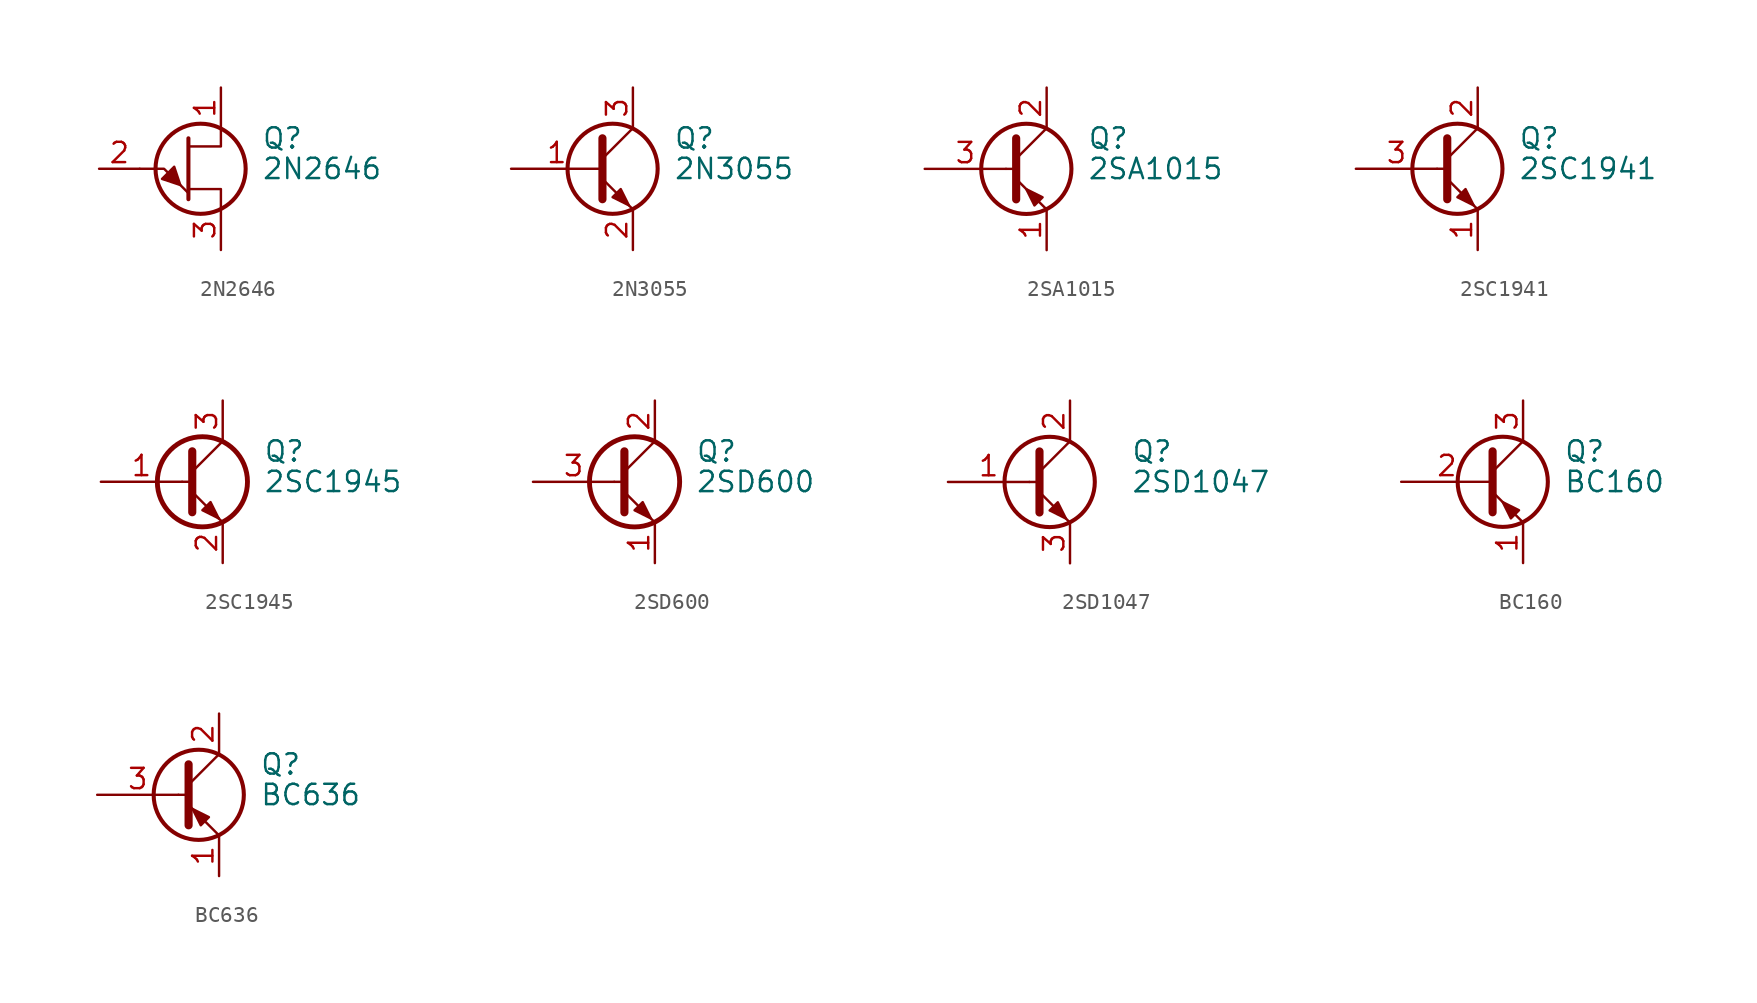
<source format=kicad_sym>
(kicad_symbol_lib
  (version 20211014)
  (generator kicad_symbol_editor)
  (symbol "2N2646"
    (pin_names
      (offset 0) hide)
    (property "Reference" "Q"
      (at 5.08 1.905 0)
      (effects (font (size 1.27 1.27)) (justify left)))
    (property "Value" "2N2646"
      (at 5.08 0 0)
      (effects (font (size 1.27 1.27)) (justify left)))
    (symbol "2N2646_0_1"
      (polyline (pts (xy -2.54 0) (xy -1.016 0) (xy 0.508 -1.524)) (stroke (width 0) (type default) (color 0 0 0 0)) (fill (type none)))
      (polyline (pts (xy 0.508 1.905) (xy 0.508 -1.905) (xy 0.508 -1.905)) (stroke (width 0.254) (type default) (color 0 0 0 0)) (fill (type none)))
      (polyline (pts (xy 2.54 -2.54) (xy 2.54 -1.27) (xy 0.508 -1.27)) (stroke (width 0) (type default) (color 0 0 0 0)) (fill (type none)))
      (polyline (pts (xy 2.54 2.54) (xy 2.54 1.397) (xy 0.508 1.397)) (stroke (width 0) (type default) (color 0 0 0 0)) (fill (type none)))
      (polyline (pts (xy 0 -1.016) (xy -0.381 0.127) (xy -1.143 -0.635) (xy 0 -1.016)) (stroke (width 0) (type default) (color 0 0 0 0)) (fill (type outline)))
      (circle (center 1.27 0) (radius 2.819) (stroke (width 0.254) (type default) (color 0 0 0 0)) (fill (type none))))
    (symbol "2N2646_1_1"
      (pin passive line (at 2.54 5.08 270) (length 2.54) (name "B2" (effects (font (size 1.27 1.27)))) (number "1" (effects (font (size 1.27 1.27)))))
      (pin input line (at -5.08 0 0) (length 2.54) (name "E" (effects (font (size 1.27 1.27)))) (number "2" (effects (font (size 1.27 1.27)))))
      (pin passive line (at 2.54 -5.08 90) (length 2.54) (name "B1" (effects (font (size 1.27 1.27)))) (number "3" (effects (font (size 1.27 1.27)))))))
  (symbol "2N3055"
    (pin_names
      (offset 0) hide)
    (property "Reference" "Q"
      (at 5.08 1.905 0)
      (effects (font (size 1.27 1.27)) (justify left)))
    (property "Value" "2N3055"
      (at 5.08 0 0)
      (effects (font (size 1.27 1.27)) (justify left)))
    (symbol "2N3055_0_1"
      (polyline (pts (xy 0.635 0.635) (xy 2.54 2.54)) (stroke (width 0) (type default) (color 0 0 0 0)) (fill (type none)))
      (polyline (pts (xy 0.635 -0.635) (xy 2.54 -2.54) (xy 2.54 -2.54)) (stroke (width 0) (type default) (color 0 0 0 0)) (fill (type none)))
      (polyline (pts (xy 0.635 1.905) (xy 0.635 -1.905) (xy 0.635 -1.905)) (stroke (width 0.508) (type default) (color 0 0 0 0)) (fill (type none)))
      (polyline (pts (xy 1.27 -1.778) (xy 1.778 -1.27) (xy 2.286 -2.286) (xy 1.27 -1.778) (xy 1.27 -1.778)) (stroke (width 0) (type default) (color 0 0 0 0)) (fill (type outline)))
      (circle (center 1.27 0) (radius 2.819) (stroke (width 0.254) (type default) (color 0 0 0 0)) (fill (type none))))
    (symbol "2N3055_1_1"
      (pin input line (at -5.08 0 0) (length 5.715) (name "B" (effects (font (size 1.27 1.27)))) (number "1" (effects (font (size 1.27 1.27)))))
      (pin passive line (at 2.54 -5.08 90) (length 2.54) (name "E" (effects (font (size 1.27 1.27)))) (number "2" (effects (font (size 1.27 1.27)))))
      (pin passive line (at 2.54 5.08 270) (length 2.54) (name "C" (effects (font (size 1.27 1.27)))) (number "3" (effects (font (size 1.27 1.27)))))))
  (symbol "2SA1015"
    (pin_names
      (offset 0) hide)
    (property "Reference" "Q"
      (at 5.08 1.905 0)
      (effects (font (size 1.27 1.27)) (justify left)))
    (property "Value" "2SA1015"
      (at 5.08 0 0)
      (effects (font (size 1.27 1.27)) (justify left)))
    (symbol "2SA1015_0_1"
      (polyline (pts (xy 0 0) (xy 0.635 0)) (stroke (width 0) (type default) (color 0 0 0 0)) (fill (type none)))
      (polyline (pts (xy 2.54 -2.54) (xy 0.635 -0.635)) (stroke (width 0) (type default) (color 0 0 0 0)) (fill (type none)))
      (polyline (pts (xy 2.54 2.54) (xy 0.635 0.635)) (stroke (width 0) (type default) (color 0 0 0 0)) (fill (type none)))
      (polyline (pts (xy 0.635 1.905) (xy 0.635 -1.905) (xy 0.635 -1.905)) (stroke (width 0.508) (type default) (color 0 0 0 0)) (fill (type outline)))
      (polyline (pts (xy 1.778 -2.286) (xy 2.286 -1.778) (xy 1.27 -1.27) (xy 1.778 -2.286) (xy 1.778 -2.286)) (stroke (width 0) (type default) (color 0 0 0 0)) (fill (type outline)))
      (circle (center 1.27 0) (radius 2.819) (stroke (width 0.254) (type default) (color 0 0 0 0)) (fill (type none))))
    (symbol "2SA1015_1_1"
      (pin passive line (at 2.54 -5.08 90) (length 2.54) (name "E" (effects (font (size 1.27 1.27)))) (number "1" (effects (font (size 1.27 1.27)))))
      (pin passive line (at 2.54 5.08 270) (length 2.54) (name "C" (effects (font (size 1.27 1.27)))) (number "2" (effects (font (size 1.27 1.27)))))
      (pin input line (at -5.08 0 0) (length 5.08) (name "B" (effects (font (size 1.27 1.27)))) (number "3" (effects (font (size 1.27 1.27)))))))
  (symbol "2SC1941"
    (pin_names
      (offset 0) hide)
    (property "Reference" "Q"
      (at 5.08 1.905 0)
      (effects (font (size 1.27 1.27)) (justify left)))
    (property "Value" "2SC1941"
      (at 5.08 0 0)
      (effects (font (size 1.27 1.27)) (justify left)))
    (symbol "2SC1941_0_1"
      (polyline (pts (xy 0 0) (xy 0.635 0)) (stroke (width 0) (type default) (color 0 0 0 0)) (fill (type none)))
      (polyline (pts (xy 0.635 0.635) (xy 2.54 2.54)) (stroke (width 0) (type default) (color 0 0 0 0)) (fill (type none)))
      (polyline (pts (xy 0.635 -0.635) (xy 2.54 -2.54) (xy 2.54 -2.54)) (stroke (width 0) (type default) (color 0 0 0 0)) (fill (type none)))
      (polyline (pts (xy 0.635 1.905) (xy 0.635 -1.905) (xy 0.635 -1.905)) (stroke (width 0.508) (type default) (color 0 0 0 0)) (fill (type none)))
      (polyline (pts (xy 1.27 -1.778) (xy 1.778 -1.27) (xy 2.286 -2.286) (xy 1.27 -1.778) (xy 1.27 -1.778)) (stroke (width 0) (type default) (color 0 0 0 0)) (fill (type outline)))
      (circle (center 1.27 0) (radius 2.819) (stroke (width 0.254) (type default) (color 0 0 0 0)) (fill (type none))))
    (symbol "2SC1941_1_1"
      (pin passive line (at 2.54 -5.08 90) (length 2.54) (name "E" (effects (font (size 1.27 1.27)))) (number "1" (effects (font (size 1.27 1.27)))))
      (pin passive line (at 2.54 5.08 270) (length 2.54) (name "C" (effects (font (size 1.27 1.27)))) (number "2" (effects (font (size 1.27 1.27)))))
      (pin input line (at -5.08 0 0) (length 5.08) (name "B" (effects (font (size 1.27 1.27)))) (number "3" (effects (font (size 1.27 1.27)))))))
  (symbol "2SC1945"
    (pin_names
      (offset 0) hide)
    (property "Reference" "Q"
      (at 5.08 1.905 0)
      (effects (font (size 1.27 1.27)) (justify left)))
    (property "Value" "2SC1945"
      (at 5.08 0 0)
      (effects (font (size 1.27 1.27)) (justify left)))
    (symbol "2SC1945_0_1"
      (polyline (pts (xy 0 0) (xy 0.635 0)) (stroke (width 0) (type default) (color 0 0 0 0)) (fill (type none)))
      (polyline (pts (xy 2.54 2.54) (xy 0.635 0.635)) (stroke (width 0) (type default) (color 0 0 0 0)) (fill (type none)))
      (polyline (pts (xy 0.635 1.905) (xy 0.635 -1.905) (xy 0.635 -1.905)) (stroke (width 0.508) (type default) (color 0 0 0 0)) (fill (type none)))
      (polyline (pts (xy 2.286 -2.286) (xy 1.778 -1.778) (xy 1.778 -1.778)) (stroke (width 0) (type default) (color 0 0 0 0)) (fill (type none)))
      (polyline (pts (xy 2.54 -2.54) (xy 0.635 -0.635) (xy 1.27 -1.27)) (stroke (width 0) (type default) (color 0 0 0 0)) (fill (type outline)))
      (polyline (pts (xy 1.27 -1.778) (xy 1.778 -1.27) (xy 2.286 -2.286) (xy 1.27 -1.778) (xy 1.27 -1.778)) (stroke (width 0) (type default) (color 0 0 0 0)) (fill (type outline)))
      (circle (center 1.27 0) (radius 2.819) (stroke (width 0.305) (type default) (color 0 0 0 0)) (fill (type none))))
    (symbol "2SC1945_1_1"
      (pin input line (at -5.08 0 0) (length 5.08) (name "B" (effects (font (size 1.27 1.27)))) (number "1" (effects (font (size 1.27 1.27)))))
      (pin passive line (at 2.54 -5.08 90) (length 2.54) (name "E" (effects (font (size 1.27 1.27)))) (number "2" (effects (font (size 1.27 1.27)))))
      (pin passive line (at 2.54 5.08 270) (length 2.54) (name "C" (effects (font (size 1.27 1.27)))) (number "3" (effects (font (size 1.27 1.27)))))))
  (symbol "2SD600"
    (pin_names
      (offset 0) hide)
    (property "Reference" "Q"
      (at 5.08 1.905 0)
      (effects (font (size 1.27 1.27)) (justify left)))
    (property "Value" "2SD600"
      (at 5.08 0 0)
      (effects (font (size 1.27 1.27)) (justify left)))
    (symbol "2SD600_0_1"
      (polyline (pts (xy 0 0) (xy 0.635 0)) (stroke (width 0) (type default) (color 0 0 0 0)) (fill (type none)))
      (polyline (pts (xy 2.54 -2.54) (xy 0.635 -0.635)) (stroke (width 0) (type default) (color 0 0 0 0)) (fill (type none)))
      (polyline (pts (xy 2.54 2.54) (xy 0.635 0.635)) (stroke (width 0) (type default) (color 0 0 0 0)) (fill (type none)))
      (polyline (pts (xy 0.635 1.905) (xy 0.635 -1.905) (xy 0.635 -1.905)) (stroke (width 0.508) (type default) (color 0 0 0 0)) (fill (type outline)))
      (polyline (pts (xy 1.27 -1.778) (xy 1.778 -1.27) (xy 2.286 -2.286) (xy 1.27 -1.778) (xy 1.27 -1.778)) (stroke (width 0) (type default) (color 0 0 0 0)) (fill (type outline)))
      (circle (center 1.27 0) (radius 2.819) (stroke (width 0.305) (type default) (color 0 0 0 0)) (fill (type none))))
    (symbol "2SD600_1_1"
      (pin passive line (at 2.54 -5.08 90) (length 2.54) (name "E" (effects (font (size 1.27 1.27)))) (number "1" (effects (font (size 1.27 1.27)))))
      (pin passive line (at 2.54 5.08 270) (length 2.54) (name "C" (effects (font (size 1.27 1.27)))) (number "2" (effects (font (size 1.27 1.27)))))
      (pin input line (at -5.08 0 0) (length 5.08) (name "B" (effects (font (size 1.27 1.27)))) (number "3" (effects (font (size 1.27 1.27)))))))
  (symbol "2SD1047"
    (pin_names
      (offset 0) hide)
    (property "Reference" "Q"
      (at 6.35 1.905 0)
      (effects (font (size 1.27 1.27)) (justify left)))
    (property "Value" "2SD1047"
      (at 6.35 0 0)
      (effects (font (size 1.27 1.27)) (justify left)))
    (symbol "2SD1047_0_1"
      (polyline (pts (xy 0 0) (xy 0.762 0)) (stroke (width 0) (type default) (color 0 0 0 0)) (fill (type none)))
      (polyline (pts (xy 0.635 0.635) (xy 2.54 2.54)) (stroke (width 0) (type default) (color 0 0 0 0)) (fill (type none)))
      (polyline (pts (xy 0.635 -0.635) (xy 2.54 -2.54) (xy 2.54 -2.54)) (stroke (width 0) (type default) (color 0 0 0 0)) (fill (type none)))
      (polyline (pts (xy 0.635 1.905) (xy 0.635 -1.905) (xy 0.635 -1.905)) (stroke (width 0.508) (type default) (color 0 0 0 0)) (fill (type none)))
      (polyline (pts (xy 1.27 -1.778) (xy 1.778 -1.27) (xy 2.286 -2.286) (xy 1.27 -1.778) (xy 1.27 -1.778)) (stroke (width 0) (type default) (color 0 0 0 0)) (fill (type outline)))
      (circle (center 1.27 0) (radius 2.819) (stroke (width 0.254) (type default) (color 0 0 0 0)) (fill (type none))))
    (symbol "2SD1047_1_1"
      (pin input line (at -5.08 0 0) (length 5.08) (name "B" (effects (font (size 1.27 1.27)))) (number "1" (effects (font (size 1.27 1.27)))))
      (pin passive line (at 2.54 5.08 270) (length 2.54) (name "C" (effects (font (size 1.27 1.27)))) (number "2" (effects (font (size 1.27 1.27)))))
      (pin passive line (at 2.54 -5.08 90) (length 2.54) (name "E" (effects (font (size 1.27 1.27)))) (number "3" (effects (font (size 1.27 1.27)))))))
  (symbol "BC160"
    (pin_names
      (offset 0) hide)
    (property "Reference" "Q"
      (at 5.08 1.905 0)
      (effects (font (size 1.27 1.27)) (justify left)))
    (property "Value" "BC160"
      (at 5.08 0 0)
      (effects (font (size 1.27 1.27)) (justify left)))
    (symbol "BC160_0_1"
      (polyline (pts (xy 0.635 0.635) (xy 2.54 2.54)) (stroke (width 0) (type default) (color 0 0 0 0)) (fill (type none)))
      (polyline (pts (xy 0.635 -0.635) (xy 2.54 -2.54) (xy 2.54 -2.54)) (stroke (width 0) (type default) (color 0 0 0 0)) (fill (type none)))
      (polyline (pts (xy 0.635 1.905) (xy 0.635 -1.905) (xy 0.635 -1.905)) (stroke (width 0.508) (type default) (color 0 0 0 0)) (fill (type none)))
      (polyline (pts (xy 2.286 -1.778) (xy 1.778 -2.286) (xy 1.27 -1.27) (xy 2.286 -1.778) (xy 2.286 -1.778)) (stroke (width 0) (type default) (color 0 0 0 0)) (fill (type outline)))
      (circle (center 1.27 0) (radius 2.819) (stroke (width 0.254) (type default) (color 0 0 0 0)) (fill (type none))))
    (symbol "BC160_1_1"
      (pin passive line (at 2.54 -5.08 90) (length 2.54) (name "E" (effects (font (size 1.27 1.27)))) (number "1" (effects (font (size 1.27 1.27)))))
      (pin input line (at -5.08 0 0) (length 5.715) (name "B" (effects (font (size 1.27 1.27)))) (number "2" (effects (font (size 1.27 1.27)))))
      (pin passive line (at 2.54 5.08 270) (length 2.54) (name "C" (effects (font (size 1.27 1.27)))) (number "3" (effects (font (size 1.27 1.27)))))))
  (symbol "BC636"
    (pin_names
      (offset 0) hide)
    (property "Reference" "Q"
      (at 5.08 1.905 0)
      (effects (font (size 1.27 1.27)) (justify left)))
    (property "Value" "BC636"
      (at 5.08 0 0)
      (effects (font (size 1.27 1.27)) (justify left)))
    (symbol "BC636_0_1"
      (polyline (pts (xy 0 0) (xy 0.635 0)) (stroke (width 0) (type default) (color 0 0 0 0)) (fill (type none)))
      (polyline (pts (xy 2.54 -2.54) (xy 0.635 -0.635)) (stroke (width 0) (type default) (color 0 0 0 0)) (fill (type none)))
      (polyline (pts (xy 2.54 2.54) (xy 0.635 0.635)) (stroke (width 0) (type default) (color 0 0 0 0)) (fill (type none)))
      (polyline (pts (xy 0.635 1.905) (xy 0.635 -1.905) (xy 0.635 -1.905)) (stroke (width 0.508) (type default) (color 0 0 0 0)) (fill (type outline)))
      (polyline (pts (xy 1.397 -1.905) (xy 1.905 -1.397) (xy 0.889 -0.889) (xy 1.397 -1.905) (xy 1.397 -1.905)) (stroke (width 0) (type default) (color 0 0 0 0)) (fill (type outline)))
      (circle (center 1.27 0) (radius 2.819) (stroke (width 0.254) (type default) (color 0 0 0 0)) (fill (type none))))
    (symbol "BC636_1_1"
      (pin passive line (at 2.54 -5.08 90) (length 2.54) (name "E" (effects (font (size 1.27 1.27)))) (number "1" (effects (font (size 1.27 1.27)))))
      (pin passive line (at 2.54 5.08 270) (length 2.54) (name "C" (effects (font (size 1.27 1.27)))) (number "2" (effects (font (size 1.27 1.27)))))
      (pin input line (at -5.08 0 0) (length 5.08) (name "B" (effects (font (size 1.27 1.27)))) (number "3" (effects (font (size 1.27 1.27))))))))
</source>
